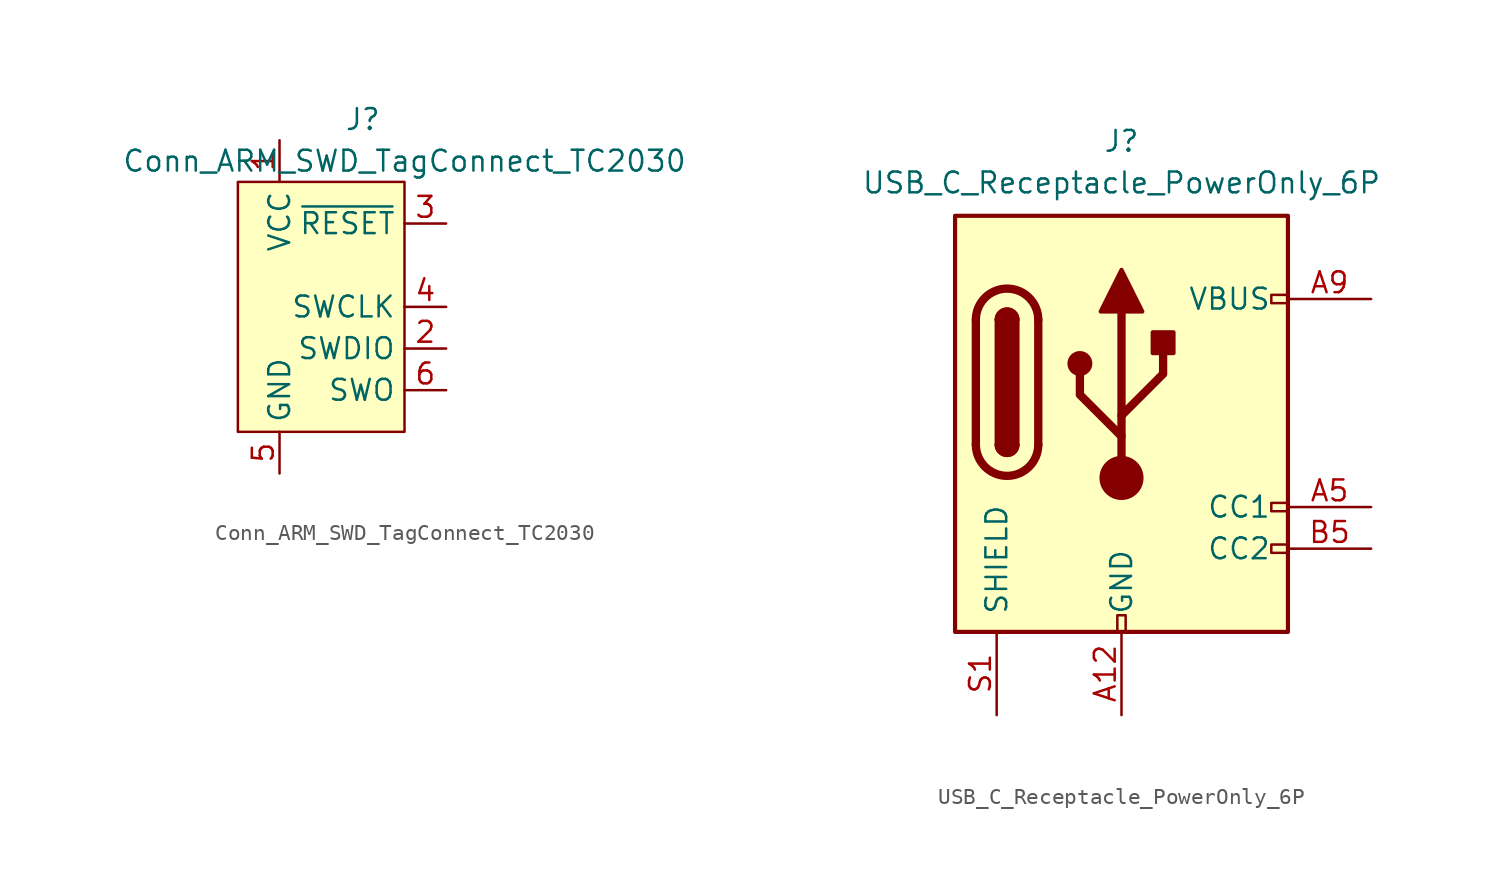
<source format=kicad_sym>
(kicad_symbol_lib
  (version 20211014)
  (generator kicad_symbol_editor)
  (symbol "Conn_ARM_SWD_TagConnect_TC2030"
    (property "Reference" "J"
      (at 2.54 11.43 0)
      (effects (font (size 1.27 1.27))))
    (property "Value" "Conn_ARM_SWD_TagConnect_TC2030"
      (at 5.08 8.89 0)
      (effects (font (size 1.27 1.27))))
    (symbol "Conn_ARM_SWD_TagConnect_TC2030_0_0"
      (pin power_in line (at -2.54 10.16 270) (length 2.54) (name "VCC" (effects (font (size 1.27 1.27)))) (number "1" (effects (font (size 1.27 1.27)))))
      (pin bidirectional line (at 7.62 -2.54 180) (length 2.54) (name "SWDIO" (effects (font (size 1.27 1.27)))) (number "2" (effects (font (size 1.27 1.27)))) (alternate "TMS" bidirectional line))
      (pin open_collector line (at 7.62 5.08 180) (length 2.54) (name "~{RESET}" (effects (font (size 1.27 1.27)))) (number "3" (effects (font (size 1.27 1.27)))))
      (pin output line (at 7.62 0 180) (length 2.54) (name "SWCLK" (effects (font (size 1.27 1.27)))) (number "4" (effects (font (size 1.27 1.27)))) (alternate "TCK" output line))
      (pin power_in line (at -2.54 -10.16 90) (length 2.54) (name "GND" (effects (font (size 1.27 1.27)))) (number "5" (effects (font (size 1.27 1.27)))))
      (pin input line (at 7.62 -5.08 180) (length 2.54) (name "SWO" (effects (font (size 1.27 1.27)))) (number "6" (effects (font (size 1.27 1.27)))) (alternate "TDO" input line)))
    (symbol "Conn_ARM_SWD_TagConnect_TC2030_0_1"
      (rectangle (start -5.08 7.62) (end 5.08 -7.62) (stroke (width 0) (type default) (color 0 0 0 0)) (fill (type background)))))
  (symbol "USB_C_Receptacle_PowerOnly_6P"
    (pin_names
      (offset 1.016))
    (property "Reference" "J"
      (at 0 16.51 0)
      (effects (font (size 1.27 1.27)) (justify bottom)))
    (property "Value" "USB_C_Receptacle_PowerOnly_6P"
      (at 0 13.97 0)
      (effects (font (size 1.27 1.27)) (justify bottom)))
    (symbol "USB_C_Receptacle_PowerOnly_6P_0_0"
      (rectangle (start -0.254 -12.7) (end 0.254 -11.684) (stroke (width 0) (type default) (color 0 0 0 0)) (fill (type none)))
      (rectangle (start 10.16 -7.366) (end 9.144 -7.874) (stroke (width 0) (type default) (color 0 0 0 0)) (fill (type none)))
      (rectangle (start 10.16 -4.826) (end 9.144 -5.334) (stroke (width 0) (type default) (color 0 0 0 0)) (fill (type none)))
      (rectangle (start 10.16 7.874) (end 9.144 7.366) (stroke (width 0) (type default) (color 0 0 0 0)) (fill (type none))))
    (symbol "USB_C_Receptacle_PowerOnly_6P_0_1"
      (rectangle (start -10.16 12.7) (end 10.16 -12.7) (stroke (width 0.254) (type default) (color 0 0 0 0)) (fill (type background)))
      (arc (start -8.89 -1.27) (mid -6.985 -3.175) (end -5.08 -1.27) (stroke (width 0.508) (type default) (color 0 0 0 0)) (fill (type none)))
      (arc (start -7.62 -1.27) (mid -6.985 -1.905) (end -6.35 -1.27) (stroke (width 0.254) (type default) (color 0 0 0 0)) (fill (type none)))
      (arc (start -7.62 -1.27) (mid -6.985 -1.905) (end -6.35 -1.27) (stroke (width 0.254) (type default) (color 0 0 0 0)) (fill (type outline)))
      (rectangle (start -7.62 -1.27) (end -6.35 6.35) (stroke (width 0.254) (type default) (color 0 0 0 0)) (fill (type outline)))
      (arc (start -6.35 6.35) (mid -6.985 6.985) (end -7.62 6.35) (stroke (width 0.254) (type default) (color 0 0 0 0)) (fill (type none)))
      (arc (start -6.35 6.35) (mid -6.985 6.985) (end -7.62 6.35) (stroke (width 0.254) (type default) (color 0 0 0 0)) (fill (type outline)))
      (arc (start -5.08 6.35) (mid -6.985 8.255) (end -8.89 6.35) (stroke (width 0.508) (type default) (color 0 0 0 0)) (fill (type none)))
      (circle (center -2.54 3.683) (radius 0.635) (stroke (width 0.254) (type default) (color 0 0 0 0)) (fill (type outline)))
      (circle (center 0 -3.302) (radius 1.27) (stroke (width 0) (type default) (color 0 0 0 0)) (fill (type outline)))
      (polyline (pts (xy -8.89 -1.27) (xy -8.89 6.35)) (stroke (width 0.508) (type default) (color 0 0 0 0)) (fill (type none)))
      (polyline (pts (xy -5.08 6.35) (xy -5.08 -1.27)) (stroke (width 0.508) (type default) (color 0 0 0 0)) (fill (type none)))
      (polyline (pts (xy 0 -3.302) (xy 0 6.858)) (stroke (width 0.508) (type default) (color 0 0 0 0)) (fill (type none)))
      (polyline (pts (xy 0 -0.762) (xy -2.54 1.778) (xy -2.54 3.048)) (stroke (width 0.508) (type default) (color 0 0 0 0)) (fill (type none)))
      (polyline (pts (xy 0 0.508) (xy 2.54 3.048) (xy 2.54 4.318)) (stroke (width 0.508) (type default) (color 0 0 0 0)) (fill (type none)))
      (polyline (pts (xy -1.27 6.858) (xy 0 9.398) (xy 1.27 6.858) (xy -1.27 6.858)) (stroke (width 0.254) (type default) (color 0 0 0 0)) (fill (type outline)))
      (rectangle (start 1.905 4.318) (end 3.175 5.588) (stroke (width 0.254) (type default) (color 0 0 0 0)) (fill (type outline))))
    (symbol "USB_C_Receptacle_PowerOnly_6P_1_1"
      (pin passive line (at 0 -17.78 90) (length 5.08) (name "GND" (effects (font (size 1.27 1.27)))) (number "A12" (effects (font (size 1.27 1.27)))))
      (pin bidirectional line (at 15.24 -5.08 180) (length 5.08) (name "CC1" (effects (font (size 1.27 1.27)))) (number "A5" (effects (font (size 1.27 1.27)))))
      (pin passive line (at 15.24 7.62 180) (length 5.08) (name "VBUS" (effects (font (size 1.27 1.27)))) (number "A9" (effects (font (size 1.27 1.27)))))
      (pin passive line (at 0 -17.78 90) (length 5.08) hide (name "GND" (effects (font (size 1.27 1.27)))) (number "B12" (effects (font (size 1.27 1.27)))))
      (pin bidirectional line (at 15.24 -7.62 180) (length 5.08) (name "CC2" (effects (font (size 1.27 1.27)))) (number "B5" (effects (font (size 1.27 1.27)))))
      (pin passive line (at 15.24 7.62 180) (length 5.08) hide (name "VBUS" (effects (font (size 1.27 1.27)))) (number "B9" (effects (font (size 1.27 1.27)))))
      (pin passive line (at -7.62 -17.78 90) (length 5.08) (name "SHIELD" (effects (font (size 1.27 1.27)))) (number "S1" (effects (font (size 1.27 1.27))))))))
</source>
